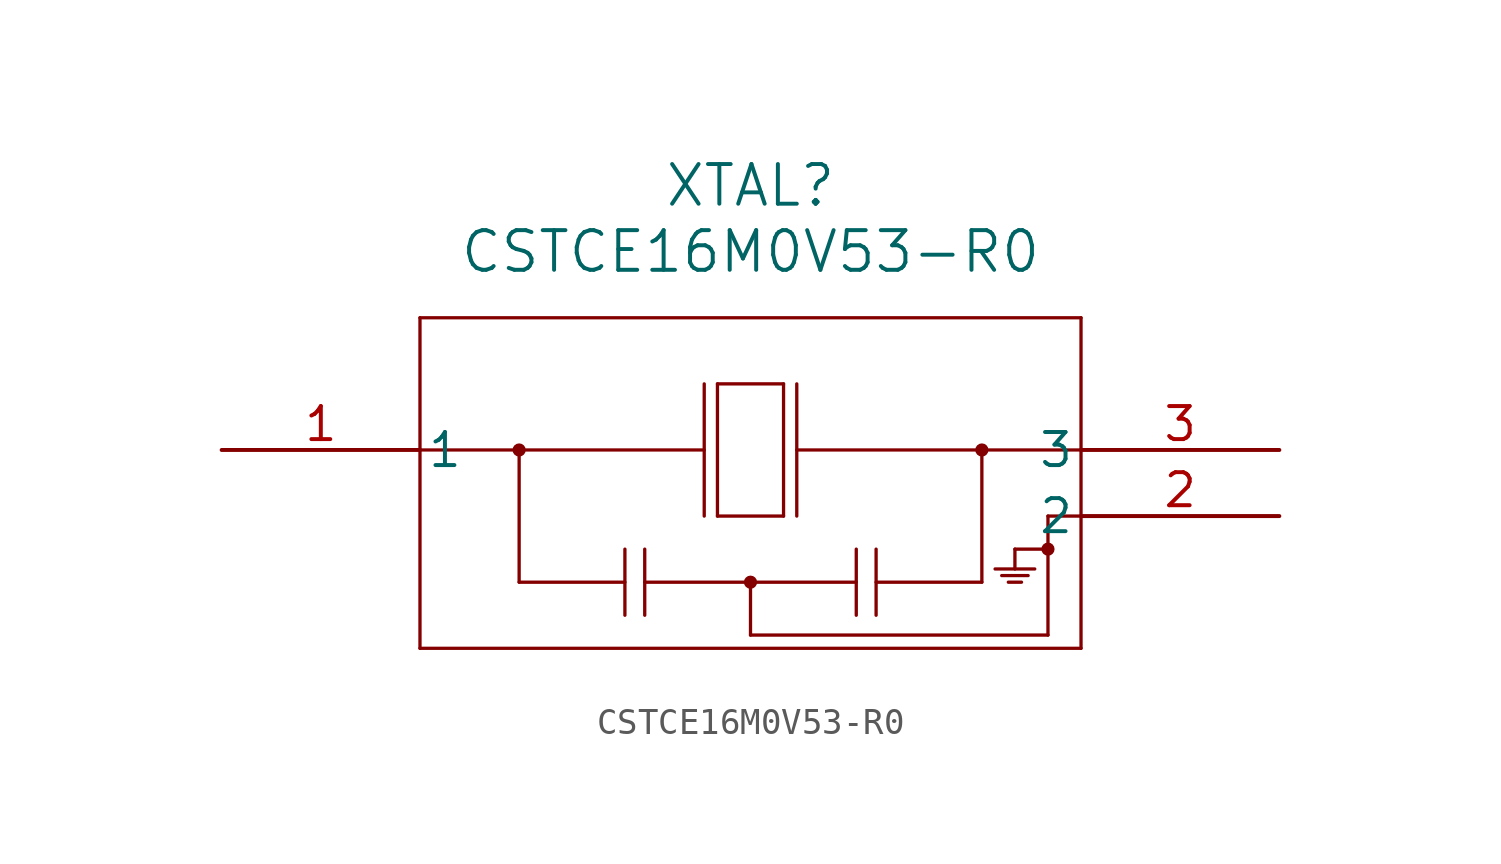
<source format=kicad_sym>
(kicad_symbol_lib
  (version 20211014)
  (generator kicad_symbol_editor)
  (symbol "CSTCE16M0V53-R0"
    (pin_names
      (offset 0.254))
    (property "Reference" "XTAL"
      (at 20.32 10.16 0)
      (effects (font (size 1.524 1.524))))
    (property "Value" "CSTCE16M0V53-R0"
      (at 20.32 7.62 0)
      (effects (font (size 1.524 1.524))))
    (symbol "CSTCE16M0V53-R0_0_1"
      (polyline (pts (xy 7.62 5.08) (xy 7.62 -7.62)) (stroke (width 0.127) (type default) (color 0 0 0 0)) (fill (type none)))
      (polyline (pts (xy 7.62 -7.62) (xy 33.02 -7.62)) (stroke (width 0.127) (type default) (color 0 0 0 0)) (fill (type none)))
      (polyline (pts (xy 33.02 -7.62) (xy 33.02 5.08)) (stroke (width 0.127) (type default) (color 0 0 0 0)) (fill (type none)))
      (polyline (pts (xy 33.02 5.08) (xy 7.62 5.08)) (stroke (width 0.127) (type default) (color 0 0 0 0)) (fill (type none)))
      (polyline (pts (xy 19.05 2.54) (xy 19.05 -2.54)) (stroke (width 0.127) (type default) (color 0 0 0 0)) (fill (type none)))
      (polyline (pts (xy 19.05 -2.54) (xy 21.59 -2.54)) (stroke (width 0.127) (type default) (color 0 0 0 0)) (fill (type none)))
      (polyline (pts (xy 21.59 -2.54) (xy 21.59 2.54)) (stroke (width 0.127) (type default) (color 0 0 0 0)) (fill (type none)))
      (polyline (pts (xy 21.59 2.54) (xy 19.05 2.54)) (stroke (width 0.127) (type default) (color 0 0 0 0)) (fill (type none)))
      (polyline (pts (xy 18.542 2.54) (xy 18.542 -2.54)) (stroke (width 0.127) (type default) (color 0 0 0 0)) (fill (type none)))
      (polyline (pts (xy 22.098 -2.54) (xy 22.098 2.54)) (stroke (width 0.127) (type default) (color 0 0 0 0)) (fill (type none)))
      (polyline (pts (xy 22.098 0) (xy 33.02 0)) (stroke (width 0.127) (type default) (color 0 0 0 0)) (fill (type none)))
      (polyline (pts (xy 7.62 0) (xy 18.542 0)) (stroke (width 0.127) (type default) (color 0 0 0 0)) (fill (type none)))
      (polyline (pts (xy 11.43 0) (xy 11.43 -5.08)) (stroke (width 0.127) (type default) (color 0 0 0 0)) (fill (type none)))
      (polyline (pts (xy 11.43 -5.08) (xy 15.494 -5.08)) (stroke (width 0.127) (type default) (color 0 0 0 0)) (fill (type none)))
      (polyline (pts (xy 25.146 -5.08) (xy 29.21 -5.08)) (stroke (width 0.127) (type default) (color 0 0 0 0)) (fill (type none)))
      (polyline (pts (xy 29.21 -5.08) (xy 29.21 0)) (stroke (width 0.127) (type default) (color 0 0 0 0)) (fill (type none)))
      (polyline (pts (xy 15.494 -3.81) (xy 15.494 -6.35)) (stroke (width 0.127) (type default) (color 0 0 0 0)) (fill (type none)))
      (polyline (pts (xy 16.256 -6.35) (xy 16.256 -3.81)) (stroke (width 0.127) (type default) (color 0 0 0 0)) (fill (type none)))
      (polyline (pts (xy 24.384 -3.81) (xy 24.384 -6.35)) (stroke (width 0.127) (type default) (color 0 0 0 0)) (fill (type none)))
      (polyline (pts (xy 25.146 -6.35) (xy 25.146 -3.81)) (stroke (width 0.127) (type default) (color 0 0 0 0)) (fill (type none)))
      (polyline (pts (xy 16.256 -5.08) (xy 24.384 -5.08)) (stroke (width 0.127) (type default) (color 0 0 0 0)) (fill (type none)))
      (polyline (pts (xy 20.32 -5.08) (xy 20.32 -7.112)) (stroke (width 0.127) (type default) (color 0 0 0 0)) (fill (type none)))
      (polyline (pts (xy 33.02 -2.54) (xy 31.75 -2.54)) (stroke (width 0.127) (type default) (color 0 0 0 0)) (fill (type none)))
      (polyline (pts (xy 31.75 -2.54) (xy 31.75 -7.112)) (stroke (width 0.127) (type default) (color 0 0 0 0)) (fill (type none)))
      (polyline (pts (xy 20.32 -7.112) (xy 31.75 -7.112)) (stroke (width 0.127) (type default) (color 0 0 0 0)) (fill (type none)))
      (polyline (pts (xy 31.75 -3.81) (xy 30.48 -3.81)) (stroke (width 0.127) (type default) (color 0 0 0 0)) (fill (type none)))
      (polyline (pts (xy 30.48 -3.81) (xy 30.48 -4.572)) (stroke (width 0.127) (type default) (color 0 0 0 0)) (fill (type none)))
      (polyline (pts (xy 30.226 -5.08) (xy 30.734 -5.08)) (stroke (width 0.127) (type default) (color 0 0 0 0)) (fill (type none)))
      (polyline (pts (xy 30.988 -4.826) (xy 29.972 -4.826)) (stroke (width 0.127) (type default) (color 0 0 0 0)) (fill (type none)))
      (polyline (pts (xy 29.718 -4.572) (xy 31.242 -4.572)) (stroke (width 0.127) (type default) (color 0 0 0 0)) (fill (type none)))
      (circle (center 11.43 0) (radius 0.127) (stroke (width 0.254) (type default) (color 0 0 0 0)) (fill (type none)))
      (circle (center 20.32 -5.08) (radius 0.127) (stroke (width 0.254) (type default) (color 0 0 0 0)) (fill (type none)))
      (circle (center 29.21 0) (radius 0.127) (stroke (width 0.254) (type default) (color 0 0 0 0)) (fill (type none)))
      (circle (center 31.75 -3.81) (radius 0.127) (stroke (width 0.254) (type default) (color 0 0 0 0)) (fill (type none)))
      (pin unspecified line (at 0 0 0) (length 7.62) (name "1" (effects (font (size 1.27 1.27)))) (number "1" (effects (font (size 1.27 1.27)))))
      (pin unspecified line (at 40.64 -2.54 180) (length 7.62) (name "2" (effects (font (size 1.27 1.27)))) (number "2" (effects (font (size 1.27 1.27)))))
      (pin unspecified line (at 40.64 0 180) (length 7.62) (name "3" (effects (font (size 1.27 1.27)))) (number "3" (effects (font (size 1.27 1.27))))))))
</source>
